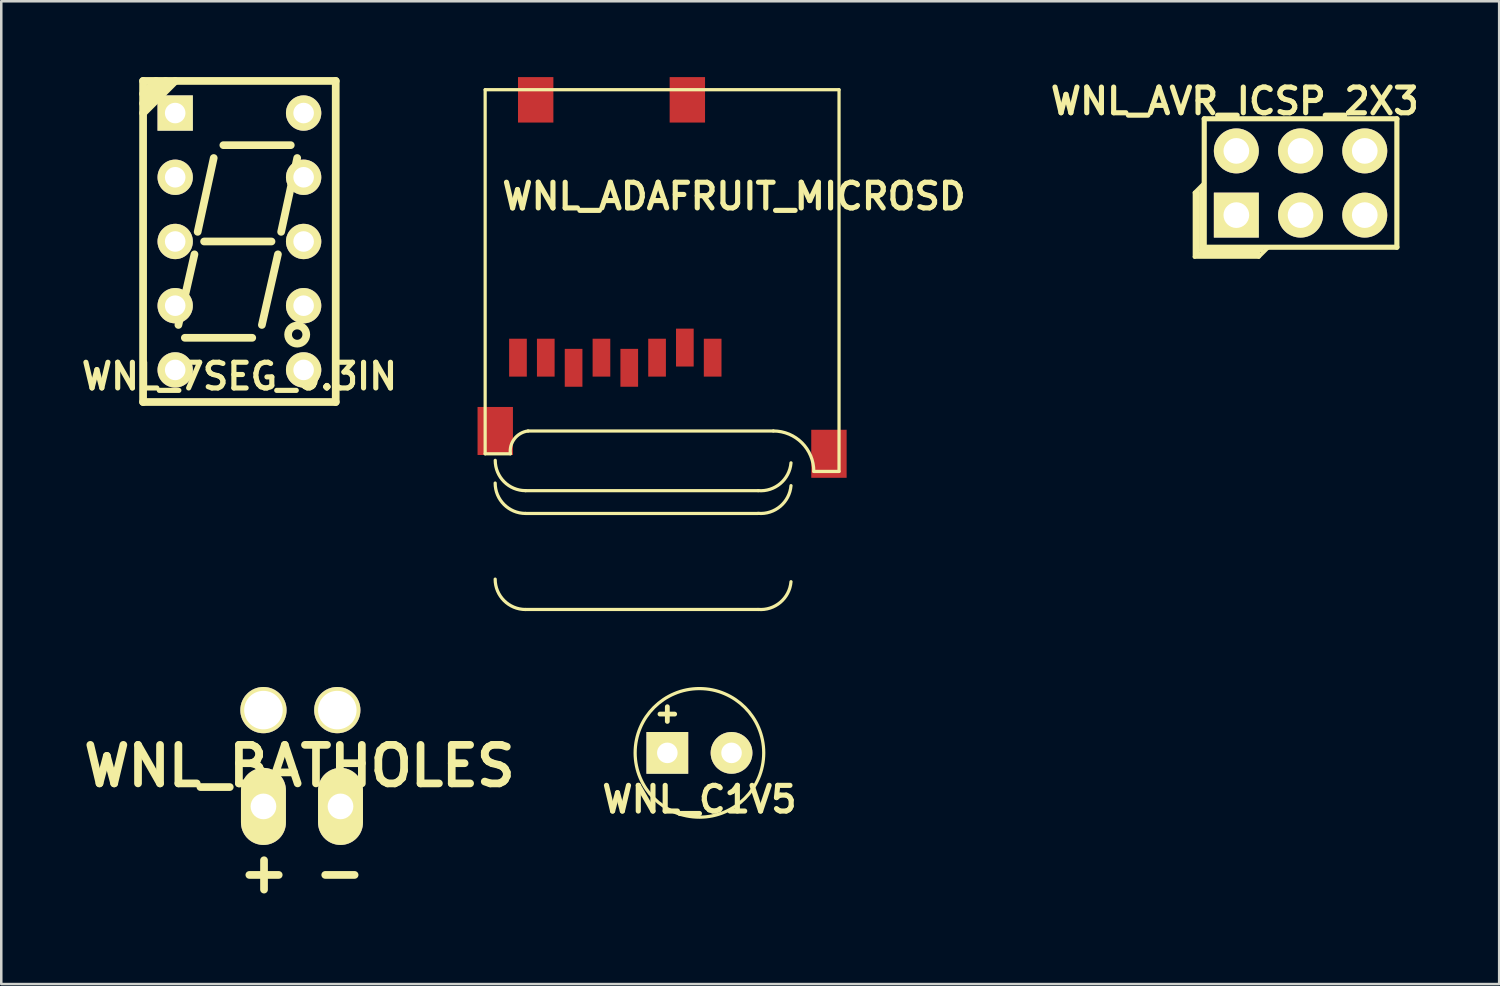
<source format=kicad_pcb>
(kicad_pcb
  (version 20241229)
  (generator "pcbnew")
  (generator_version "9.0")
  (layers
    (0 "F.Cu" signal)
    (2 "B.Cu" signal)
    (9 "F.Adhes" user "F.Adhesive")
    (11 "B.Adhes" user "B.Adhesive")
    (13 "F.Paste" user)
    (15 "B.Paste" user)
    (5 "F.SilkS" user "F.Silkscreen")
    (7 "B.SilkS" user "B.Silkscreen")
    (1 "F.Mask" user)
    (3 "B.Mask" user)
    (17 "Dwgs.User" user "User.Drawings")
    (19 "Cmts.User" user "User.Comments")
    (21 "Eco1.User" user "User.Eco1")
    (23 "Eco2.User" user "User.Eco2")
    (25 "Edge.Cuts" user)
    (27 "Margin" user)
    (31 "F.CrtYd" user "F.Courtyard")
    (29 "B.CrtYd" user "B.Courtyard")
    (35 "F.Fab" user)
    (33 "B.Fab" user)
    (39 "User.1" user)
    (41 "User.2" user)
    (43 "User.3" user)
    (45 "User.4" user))
  (footprint "WNL_7SEG_0.3IN"
    (layer "F.Cu")
    (at 6.42 6.502)
    (property "Reference" "WNL_7SEG_0.3IN" (at 0 5.334 0) (layer "F.SilkS") (effects (font (size 1.016 1.016) (thickness 0.203))))
    (attr through_hole)
    (fp_line (start -3.81 -6.35) (end -3.81 6.35) (stroke (width 0.305) (type solid)) (layer "F.SilkS"))
    (fp_line (start -3.81 -5.842) (end -3.302 -6.35) (stroke (width 0.305) (type solid)) (layer "F.SilkS"))
    (fp_line (start -3.81 -5.461) (end -2.921 -6.35) (stroke (width 0.305) (type solid)) (layer "F.SilkS"))
    (fp_line (start -3.81 -5.08) (end -2.54 -6.35) (stroke (width 0.305) (type solid)) (layer "F.SilkS"))
    (fp_line (start -3.81 6.35) (end 3.81 6.35) (stroke (width 0.305) (type solid)) (layer "F.SilkS"))
    (fp_line (start -2.413 3.302) (end -1.778 0.508) (stroke (width 0.305) (type solid)) (layer "F.SilkS"))
    (fp_line (start -2.159 3.81) (end 0.508 3.81) (stroke (width 0.305) (type solid)) (layer "F.SilkS"))
    (fp_line (start -1.651 -0.381) (end -1.016 -3.302) (stroke (width 0.305) (type solid)) (layer "F.SilkS"))
    (fp_line (start -1.397 0) (end 1.27 0) (stroke (width 0.305) (type solid)) (layer "F.SilkS"))
    (fp_line (start -0.635 -3.81) (end 2.032 -3.81) (stroke (width 0.305) (type solid)) (layer "F.SilkS"))
    (fp_line (start 0.889 3.302) (end 1.524 0.508) (stroke (width 0.305) (type solid)) (layer "F.SilkS"))
    (fp_line (start 1.651 -0.381) (end 2.286 -3.302) (stroke (width 0.305) (type solid)) (layer "F.SilkS"))
    (fp_line (start 3.81 -6.35) (end -3.81 -6.35) (stroke (width 0.305) (type solid)) (layer "F.SilkS"))
    (fp_line (start 3.81 6.35) (end 3.81 -6.35) (stroke (width 0.305) (type solid)) (layer "F.SilkS"))
    (fp_circle (center 2.286 3.683) (end 2.54 3.937) (stroke (width 0.305) (type solid)) (fill no) (layer "F.SilkS"))
    (pad "1" thru_hole rect (at -2.54 -5.08) (size 1.397 1.397) (drill 0.813) (layers "*.Cu" "*.Mask" "F.SilkS"))
    (pad "2" thru_hole circle (at -2.54 -2.54) (size 1.397 1.397) (drill 0.813) (layers "*.Cu" "*.Mask" "F.SilkS"))
    (pad "3" thru_hole circle (at -2.54 0) (size 1.397 1.397) (drill 0.813) (layers "*.Cu" "*.Mask" "F.SilkS"))
    (pad "4" thru_hole circle (at -2.54 2.54) (size 1.397 1.397) (drill 0.813) (layers "*.Cu" "*.Mask" "F.SilkS"))
    (pad "5" thru_hole circle (at -2.54 5.08) (size 1.397 1.397) (drill 0.813) (layers "*.Cu" "*.Mask" "F.SilkS"))
    (pad "6" thru_hole circle (at 2.54 5.08) (size 1.397 1.397) (drill 0.813) (layers "*.Cu" "*.Mask" "F.SilkS"))
    (pad "7" thru_hole circle (at 2.54 2.54) (size 1.397 1.397) (drill 0.813) (layers "*.Cu" "*.Mask" "F.SilkS"))
    (pad "8" thru_hole circle (at 2.54 0) (size 1.397 1.397) (drill 0.813) (layers "*.Cu" "*.Mask" "F.SilkS"))
    (pad "9" thru_hole circle (at 2.54 -2.54) (size 1.397 1.397) (drill 0.813) (layers "*.Cu" "*.Mask" "F.SilkS"))
    (pad "10" thru_hole circle (at 2.54 -5.08) (size 1.397 1.397) (drill 0.813) (layers "*.Cu" "*.Mask" "F.SilkS")))
  (footprint "WNL_C1V5"
    (layer "F.Cu")
    (at 24.617 26.731)
    (property "Reference" "WNL_C1V5" (at 0 1.841 0) (layer "F.SilkS") (effects (font (size 1.016 1.016) (thickness 0.203))))
    (attr through_hole)
    (fp_circle (center 0 0) (end 0.127 -2.54) (stroke (width 0.127) (type solid)) (fill no) (layer "F.SilkS"))
    (fp_text user "+" (at -1.27 -1.587 0) (layer "F.SilkS") (effects (font (size 0.762 0.762) (thickness 0.191))))
    (pad "1" thru_hole rect (at -1.27 0) (size 1.651 1.651) (drill 0.813) (layers "*.Cu" "*.Mask" "F.SilkS"))
    (pad "2" thru_hole circle (at 1.27 0) (size 1.651 1.651) (drill 0.813) (layers "*.Cu" "*.Mask" "F.SilkS")))
  (footprint "WNL_BATHOLES"
    (layer "F.Cu")
    (at 8.895 28.849)
    (property "Reference" "WNL_BATHOLES" (at -0.099 -1.6 0) (layer "F.SilkS") (effects (font (size 1.524 1.524) (thickness 0.305))))
    (attr through_hole)
    (fp_text user "+" (at -1.501 2.601 0) (layer "F.SilkS") (effects (font (size 1.524 1.524) (thickness 0.305))))
    (fp_text user "-" (at 1.501 2.601 0) (layer "F.SilkS") (effects (font (size 1.524 1.524) (thickness 0.305))))
    (pad "1" thru_hole oval (at -1.524 0) (size 1.778 3.048) (drill 1.016) (layers "*.Cu" "*.Mask" "F.SilkS"))
    (pad "2" thru_hole oval (at 1.524 0) (size 1.778 3.048) (drill 1.016) (layers "*.Cu" "*.Mask" "F.SilkS"))
    (pad "3" thru_hole circle (at -1.524 -3.81) (size 1.829 1.829) (drill 1.524) (layers "*.Cu" "*.Mask" "F.SilkS"))
    (pad "4" thru_hole circle (at 1.397 -3.81) (size 1.829 1.829) (drill 1.524) (layers "*.Cu" "*.Mask" "F.SilkS")))
  (footprint "WNL_ADAFRUIT_MICROSD"
    (layer "F.Cu")
    (at 16.141 0.46)
    (property "Reference" "WNL_ADAFRUIT_MICROSD" (at 9.842 4.255 0) (layer "F.SilkS") (effects (font (size 1.016 1.016) (thickness 0.203))))
    (attr smd)
    (fp_line (start 0 0.038) (end 0 14.44) (stroke (width 0.127) (type solid)) (layer "F.SilkS"))
    (fp_line (start 0 14.44) (end 0.998 14.44) (stroke (width 0.127) (type solid)) (layer "F.SilkS"))
    (fp_line (start 1.598 15.898) (end 10.798 15.898) (stroke (width 0.127) (type solid)) (layer "F.SilkS"))
    (fp_line (start 1.598 16.8) (end 10.798 16.8) (stroke (width 0.127) (type solid)) (layer "F.SilkS"))
    (fp_line (start 1.598 20.599) (end 10.798 20.599) (stroke (width 0.127) (type solid)) (layer "F.SilkS"))
    (fp_line (start 1.699 13.538) (end 11.4 13.538) (stroke (width 0.127) (type solid)) (layer "F.SilkS"))
    (fp_line (start 13 15.138) (end 13.998 15.138) (stroke (width 0.127) (type solid)) (layer "F.SilkS"))
    (fp_line (start 13.998 0.038) (end 0 0.038) (stroke (width 0.127) (type solid)) (layer "F.SilkS"))
    (fp_line (start 13.998 15.138) (end 13.998 0.038) (stroke (width 0.127) (type solid)) (layer "F.SilkS"))
    (fp_arc (start 0.99822 14.4399) (mid 1.160722 13.844386) (end 1.69672 13.5382) (stroke (width 0.127) (type solid)) (layer "F.SilkS"))
    (fp_arc (start 1.59766 15.89786) (mid 0.749924 15.546716) (end 0.39878 14.69898) (stroke (width 0.127) (type solid)) (layer "F.SilkS"))
    (fp_arc (start 1.59766 16.79956) (mid 0.748128 16.447672) (end 0.39624 15.59814) (stroke (width 0.127) (type solid)) (layer "F.SilkS"))
    (fp_arc (start 1.59766 20.5994) (mid 0.748128 20.247512) (end 0.39624 19.39798) (stroke (width 0.127) (type solid)) (layer "F.SilkS"))
    (fp_arc (start 11.39952 13.5382) (mid 12.531032 14.006888) (end 12.99972 15.1384) (stroke (width 0.127) (type solid)) (layer "F.SilkS"))
    (fp_arc (start 12.09802 14.79804) (mid 11.67683 15.616762) (end 10.80008 15.89786) (stroke (width 0.127) (type solid)) (layer "F.SilkS"))
    (fp_arc (start 12.09802 15.69974) (mid 11.675034 16.517718) (end 10.79754 16.79702) (stroke (width 0.127) (type solid)) (layer "F.SilkS"))
    (fp_arc (start 12.09802 19.49958) (mid 11.675034 20.317558) (end 10.79754 20.59686) (stroke (width 0.127) (type solid)) (layer "F.SilkS"))
    (pad "1" smd rect (at 8.999 10.638) (size 0.699 1.499) (layers "F.Cu" "F.Mask" "F.Paste"))
    (pad "2" smd rect (at 7.899 10.239) (size 0.699 1.499) (layers "F.Cu" "F.Mask" "F.Paste"))
    (pad "3" smd rect (at 6.8 10.638) (size 0.699 1.499) (layers "F.Cu" "F.Mask" "F.Paste"))
    (pad "4" smd rect (at 5.7 11.039) (size 0.699 1.499) (layers "F.Cu" "F.Mask" "F.Paste"))
    (pad "5" smd rect (at 4.6 10.638) (size 0.699 1.499) (layers "F.Cu" "F.Mask" "F.Paste"))
    (pad "6" smd rect (at 3.498 11.039) (size 0.699 1.499) (layers "F.Cu" "F.Mask" "F.Paste"))
    (pad "7" smd rect (at 2.398 10.638) (size 0.699 1.499) (layers "F.Cu" "F.Mask" "F.Paste"))
    (pad "8" smd rect (at 1.298 10.638) (size 0.699 1.499) (layers "F.Cu" "F.Mask" "F.Paste"))
    (pad "CD1" smd rect (at 1.999 0.439) (size 1.4 1.798) (layers "F.Cu" "F.Mask" "F.Paste"))
    (pad "CD2" smd rect (at 7.998 0.439) (size 1.4 1.798) (layers "F.Cu" "F.Mask" "F.Paste"))
    (pad "MT1" smd rect (at 0.399 13.538) (size 1.4 1.9) (layers "F.Cu" "F.Mask" "F.Paste"))
    (pad "MT2" smd rect (at 13.599 14.44) (size 1.4 1.9) (layers "F.Cu" "F.Mask" "F.Paste")))
  (footprint "WNL_AVR_ICSP_2X3"
    (layer "F.Cu")
    (at 48.395 4.189)
    (property "Reference" "WNL_AVR_ICSP_2X3" (at -2.603 -3.239 0) (layer "F.SilkS") (effects (font (size 1.016 1.016) (thickness 0.203))))
    (attr through_hole)
    (fp_line (start -4.191 2.921) (end -4.191 0.381) (stroke (width 0.152) (type solid)) (layer "F.SilkS"))
    (fp_line (start -4.064 2.794) (end -4.064 0.381) (stroke (width 0.152) (type solid)) (layer "F.SilkS"))
    (fp_line (start -3.937 0.254) (end -3.937 2.667) (stroke (width 0.152) (type solid)) (layer "F.SilkS"))
    (fp_line (start -3.937 2.667) (end -1.524 2.667) (stroke (width 0.152) (type solid)) (layer "F.SilkS"))
    (fp_line (start -3.81 -2.54) (end 3.81 -2.54) (stroke (width 0.203) (type solid)) (layer "F.SilkS"))
    (fp_line (start -3.81 0) (end -4.191 0.381) (stroke (width 0.152) (type solid)) (layer "F.SilkS"))
    (fp_line (start -3.81 2.54) (end -3.81 -2.54) (stroke (width 0.203) (type solid)) (layer "F.SilkS"))
    (fp_line (start -1.651 2.794) (end -4.064 2.794) (stroke (width 0.152) (type solid)) (layer "F.SilkS"))
    (fp_line (start -1.651 2.921) (end -4.191 2.921) (stroke (width 0.152) (type solid)) (layer "F.SilkS"))
    (fp_line (start -1.27 2.54) (end -1.651 2.921) (stroke (width 0.152) (type solid)) (layer "F.SilkS"))
    (fp_line (start 3.81 -2.54) (end 3.81 2.54) (stroke (width 0.203) (type solid)) (layer "F.SilkS"))
    (fp_line (start 3.81 2.54) (end -3.81 2.54) (stroke (width 0.203) (type solid)) (layer "F.SilkS"))
    (pad "1" thru_hole rect (at -2.54 1.27) (size 1.778 1.778) (drill 1.016) (layers "*.Cu" "*.Mask" "F.SilkS"))
    (pad "2" thru_hole circle (at -2.54 -1.27) (size 1.778 1.778) (drill 1.016) (layers "*.Cu" "*.Mask" "F.SilkS"))
    (pad "3" thru_hole circle (at 0 1.27) (size 1.778 1.778) (drill 1.016) (layers "*.Cu" "*.Mask" "F.SilkS"))
    (pad "4" thru_hole circle (at 0 -1.27) (size 1.778 1.778) (drill 1.016) (layers "*.Cu" "*.Mask" "F.SilkS"))
    (pad "5" thru_hole circle (at 2.54 1.27) (size 1.778 1.778) (drill 1.016) (layers "*.Cu" "*.Mask" "F.SilkS"))
    (pad "6" thru_hole circle (at 2.54 -1.27) (size 1.778 1.778) (drill 1.016) (layers "*.Cu" "*.Mask" "F.SilkS")))
  (gr_rect
    (start -3 -3)
    (end 56.252 35.876)
    (stroke (width 0.1) (type default))
    (fill no)
    (layer "Edge.Cuts")))
</source>
